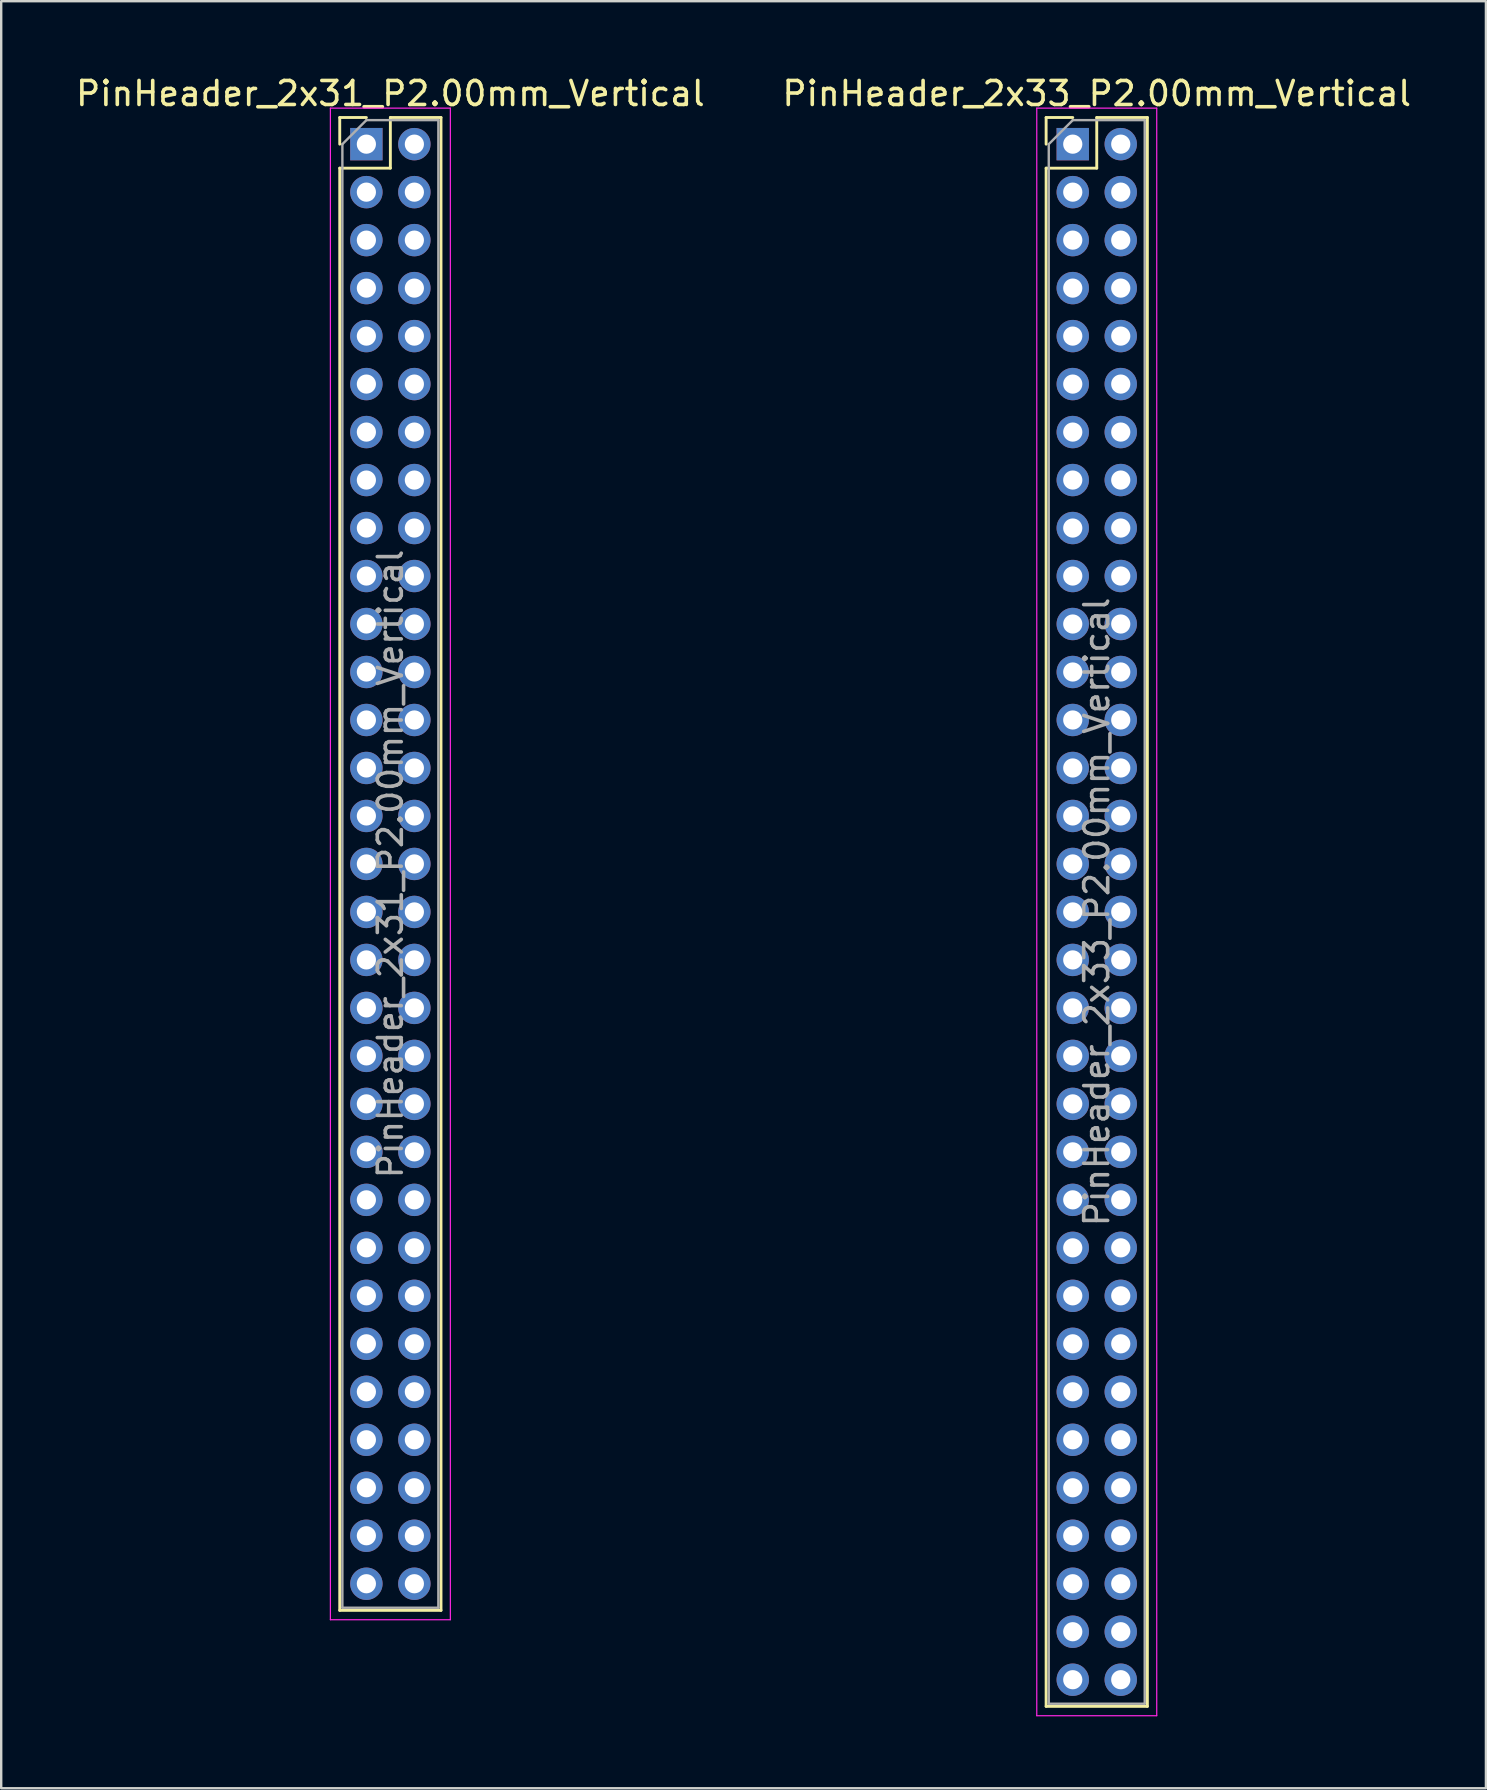
<source format=kicad_pcb>
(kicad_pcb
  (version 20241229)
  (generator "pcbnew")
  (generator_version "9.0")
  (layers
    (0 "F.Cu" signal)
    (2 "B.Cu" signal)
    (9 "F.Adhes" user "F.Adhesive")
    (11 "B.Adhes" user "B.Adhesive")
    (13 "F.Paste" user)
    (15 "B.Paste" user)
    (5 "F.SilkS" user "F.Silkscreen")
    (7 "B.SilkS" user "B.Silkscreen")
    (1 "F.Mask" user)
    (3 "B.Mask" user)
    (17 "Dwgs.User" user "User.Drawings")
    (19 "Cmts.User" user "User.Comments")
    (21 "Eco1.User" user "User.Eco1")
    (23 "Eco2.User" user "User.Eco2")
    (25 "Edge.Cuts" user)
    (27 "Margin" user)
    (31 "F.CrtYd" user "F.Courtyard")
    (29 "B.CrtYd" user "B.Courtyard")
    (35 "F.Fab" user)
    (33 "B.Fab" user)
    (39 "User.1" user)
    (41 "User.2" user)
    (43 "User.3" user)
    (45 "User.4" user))
  (footprint "PinHeader_2x31_P2.00mm_Vertical"
    (layer "F.Cu")
    (at 12.22 2.958)
    (property "Reference" "PinHeader_2x31_P2.00mm_Vertical" (at 1 -2.11 0) (layer "F.SilkS") (effects (font (size 1 1) (thickness 0.15))))
    (attr through_hole)
    (fp_line (start -1.11 -1.11) (end 0 -1.11) (stroke (width 0.12) (type solid)) (layer "F.SilkS"))
    (fp_line (start -1.11 0) (end -1.11 -1.11) (stroke (width 0.12) (type solid)) (layer "F.SilkS"))
    (fp_line (start -1.11 1) (end -1.11 61.11) (stroke (width 0.12) (type solid)) (layer "F.SilkS"))
    (fp_line (start -1.11 1) (end 1 1) (stroke (width 0.12) (type solid)) (layer "F.SilkS"))
    (fp_line (start -1.11 61.11) (end 3.11 61.11) (stroke (width 0.12) (type solid)) (layer "F.SilkS"))
    (fp_line (start 1 -1.11) (end 3.11 -1.11) (stroke (width 0.12) (type solid)) (layer "F.SilkS"))
    (fp_line (start 1 1) (end 1 -1.11) (stroke (width 0.12) (type solid)) (layer "F.SilkS"))
    (fp_line (start 3.11 -1.11) (end 3.11 61.11) (stroke (width 0.12) (type solid)) (layer "F.SilkS"))
    (fp_line (start -1.5 -1.5) (end -1.5 61.5) (stroke (width 0.05) (type solid)) (layer "F.CrtYd"))
    (fp_line (start -1.5 61.5) (end 3.5 61.5) (stroke (width 0.05) (type solid)) (layer "F.CrtYd"))
    (fp_line (start 3.5 -1.5) (end -1.5 -1.5) (stroke (width 0.05) (type solid)) (layer "F.CrtYd"))
    (fp_line (start 3.5 61.5) (end 3.5 -1.5) (stroke (width 0.05) (type solid)) (layer "F.CrtYd"))
    (fp_line (start -1 0) (end 0 -1) (stroke (width 0.1) (type solid)) (layer "F.Fab"))
    (fp_line (start -1 61) (end -1 0) (stroke (width 0.1) (type solid)) (layer "F.Fab"))
    (fp_line (start 0 -1) (end 3 -1) (stroke (width 0.1) (type solid)) (layer "F.Fab"))
    (fp_line (start 3 -1) (end 3 61) (stroke (width 0.1) (type solid)) (layer "F.Fab"))
    (fp_line (start 3 61) (end -1 61) (stroke (width 0.1) (type solid)) (layer "F.Fab"))
    (fp_text user "${REFERENCE}" (at 1 30 90) (layer "F.Fab") (effects (font (size 1 1) (thickness 0.15))))
    (pad "1" thru_hole rect (at 0 0) (size 1.35 1.35) (drill 0.8) (layers "*.Cu" "*.Mask"))
    (pad "2" thru_hole circle (at 2 0) (size 1.35 1.35) (drill 0.8) (layers "*.Cu" "*.Mask"))
    (pad "3" thru_hole circle (at 0 2) (size 1.35 1.35) (drill 0.8) (layers "*.Cu" "*.Mask"))
    (pad "4" thru_hole circle (at 2 2) (size 1.35 1.35) (drill 0.8) (layers "*.Cu" "*.Mask"))
    (pad "5" thru_hole circle (at 0 4) (size 1.35 1.35) (drill 0.8) (layers "*.Cu" "*.Mask"))
    (pad "6" thru_hole circle (at 2 4) (size 1.35 1.35) (drill 0.8) (layers "*.Cu" "*.Mask"))
    (pad "7" thru_hole circle (at 0 6) (size 1.35 1.35) (drill 0.8) (layers "*.Cu" "*.Mask"))
    (pad "8" thru_hole circle (at 2 6) (size 1.35 1.35) (drill 0.8) (layers "*.Cu" "*.Mask"))
    (pad "9" thru_hole circle (at 0 8) (size 1.35 1.35) (drill 0.8) (layers "*.Cu" "*.Mask"))
    (pad "10" thru_hole circle (at 2 8) (size 1.35 1.35) (drill 0.8) (layers "*.Cu" "*.Mask"))
    (pad "11" thru_hole circle (at 0 10) (size 1.35 1.35) (drill 0.8) (layers "*.Cu" "*.Mask"))
    (pad "12" thru_hole circle (at 2 10) (size 1.35 1.35) (drill 0.8) (layers "*.Cu" "*.Mask"))
    (pad "13" thru_hole circle (at 0 12) (size 1.35 1.35) (drill 0.8) (layers "*.Cu" "*.Mask"))
    (pad "14" thru_hole circle (at 2 12) (size 1.35 1.35) (drill 0.8) (layers "*.Cu" "*.Mask"))
    (pad "15" thru_hole circle (at 0 14) (size 1.35 1.35) (drill 0.8) (layers "*.Cu" "*.Mask"))
    (pad "16" thru_hole circle (at 2 14) (size 1.35 1.35) (drill 0.8) (layers "*.Cu" "*.Mask"))
    (pad "17" thru_hole circle (at 0 16) (size 1.35 1.35) (drill 0.8) (layers "*.Cu" "*.Mask"))
    (pad "18" thru_hole circle (at 2 16) (size 1.35 1.35) (drill 0.8) (layers "*.Cu" "*.Mask"))
    (pad "19" thru_hole circle (at 0 18) (size 1.35 1.35) (drill 0.8) (layers "*.Cu" "*.Mask"))
    (pad "20" thru_hole circle (at 2 18) (size 1.35 1.35) (drill 0.8) (layers "*.Cu" "*.Mask"))
    (pad "21" thru_hole circle (at 0 20) (size 1.35 1.35) (drill 0.8) (layers "*.Cu" "*.Mask"))
    (pad "22" thru_hole circle (at 2 20) (size 1.35 1.35) (drill 0.8) (layers "*.Cu" "*.Mask"))
    (pad "23" thru_hole circle (at 0 22) (size 1.35 1.35) (drill 0.8) (layers "*.Cu" "*.Mask"))
    (pad "24" thru_hole circle (at 2 22) (size 1.35 1.35) (drill 0.8) (layers "*.Cu" "*.Mask"))
    (pad "25" thru_hole circle (at 0 24) (size 1.35 1.35) (drill 0.8) (layers "*.Cu" "*.Mask"))
    (pad "26" thru_hole circle (at 2 24) (size 1.35 1.35) (drill 0.8) (layers "*.Cu" "*.Mask"))
    (pad "27" thru_hole circle (at 0 26) (size 1.35 1.35) (drill 0.8) (layers "*.Cu" "*.Mask"))
    (pad "28" thru_hole circle (at 2 26) (size 1.35 1.35) (drill 0.8) (layers "*.Cu" "*.Mask"))
    (pad "29" thru_hole circle (at 0 28) (size 1.35 1.35) (drill 0.8) (layers "*.Cu" "*.Mask"))
    (pad "30" thru_hole circle (at 2 28) (size 1.35 1.35) (drill 0.8) (layers "*.Cu" "*.Mask"))
    (pad "31" thru_hole circle (at 0 30) (size 1.35 1.35) (drill 0.8) (layers "*.Cu" "*.Mask"))
    (pad "32" thru_hole circle (at 2 30) (size 1.35 1.35) (drill 0.8) (layers "*.Cu" "*.Mask"))
    (pad "33" thru_hole circle (at 0 32) (size 1.35 1.35) (drill 0.8) (layers "*.Cu" "*.Mask"))
    (pad "34" thru_hole circle (at 2 32) (size 1.35 1.35) (drill 0.8) (layers "*.Cu" "*.Mask"))
    (pad "35" thru_hole circle (at 0 34) (size 1.35 1.35) (drill 0.8) (layers "*.Cu" "*.Mask"))
    (pad "36" thru_hole circle (at 2 34) (size 1.35 1.35) (drill 0.8) (layers "*.Cu" "*.Mask"))
    (pad "37" thru_hole circle (at 0 36) (size 1.35 1.35) (drill 0.8) (layers "*.Cu" "*.Mask"))
    (pad "38" thru_hole circle (at 2 36) (size 1.35 1.35) (drill 0.8) (layers "*.Cu" "*.Mask"))
    (pad "39" thru_hole circle (at 0 38) (size 1.35 1.35) (drill 0.8) (layers "*.Cu" "*.Mask"))
    (pad "40" thru_hole circle (at 2 38) (size 1.35 1.35) (drill 0.8) (layers "*.Cu" "*.Mask"))
    (pad "41" thru_hole circle (at 0 40) (size 1.35 1.35) (drill 0.8) (layers "*.Cu" "*.Mask"))
    (pad "42" thru_hole circle (at 2 40) (size 1.35 1.35) (drill 0.8) (layers "*.Cu" "*.Mask"))
    (pad "43" thru_hole circle (at 0 42) (size 1.35 1.35) (drill 0.8) (layers "*.Cu" "*.Mask"))
    (pad "44" thru_hole circle (at 2 42) (size 1.35 1.35) (drill 0.8) (layers "*.Cu" "*.Mask"))
    (pad "45" thru_hole circle (at 0 44) (size 1.35 1.35) (drill 0.8) (layers "*.Cu" "*.Mask"))
    (pad "46" thru_hole circle (at 2 44) (size 1.35 1.35) (drill 0.8) (layers "*.Cu" "*.Mask"))
    (pad "47" thru_hole circle (at 0 46) (size 1.35 1.35) (drill 0.8) (layers "*.Cu" "*.Mask"))
    (pad "48" thru_hole circle (at 2 46) (size 1.35 1.35) (drill 0.8) (layers "*.Cu" "*.Mask"))
    (pad "49" thru_hole circle (at 0 48) (size 1.35 1.35) (drill 0.8) (layers "*.Cu" "*.Mask"))
    (pad "50" thru_hole circle (at 2 48) (size 1.35 1.35) (drill 0.8) (layers "*.Cu" "*.Mask"))
    (pad "51" thru_hole circle (at 0 50) (size 1.35 1.35) (drill 0.8) (layers "*.Cu" "*.Mask"))
    (pad "52" thru_hole circle (at 2 50) (size 1.35 1.35) (drill 0.8) (layers "*.Cu" "*.Mask"))
    (pad "53" thru_hole circle (at 0 52) (size 1.35 1.35) (drill 0.8) (layers "*.Cu" "*.Mask"))
    (pad "54" thru_hole circle (at 2 52) (size 1.35 1.35) (drill 0.8) (layers "*.Cu" "*.Mask"))
    (pad "55" thru_hole circle (at 0 54) (size 1.35 1.35) (drill 0.8) (layers "*.Cu" "*.Mask"))
    (pad "56" thru_hole circle (at 2 54) (size 1.35 1.35) (drill 0.8) (layers "*.Cu" "*.Mask"))
    (pad "57" thru_hole circle (at 0 56) (size 1.35 1.35) (drill 0.8) (layers "*.Cu" "*.Mask"))
    (pad "58" thru_hole circle (at 2 56) (size 1.35 1.35) (drill 0.8) (layers "*.Cu" "*.Mask"))
    (pad "59" thru_hole circle (at 0 58) (size 1.35 1.35) (drill 0.8) (layers "*.Cu" "*.Mask"))
    (pad "60" thru_hole circle (at 2 58) (size 1.35 1.35) (drill 0.8) (layers "*.Cu" "*.Mask"))
    (pad "61" thru_hole circle (at 0 60) (size 1.35 1.35) (drill 0.8) (layers "*.Cu" "*.Mask"))
    (pad "62" thru_hole circle (at 2 60) (size 1.35 1.35) (drill 0.8) (layers "*.Cu" "*.Mask")))
  (footprint "PinHeader_2x33_P2.00mm_Vertical"
    (layer "F.Cu")
    (at 41.661 2.958)
    (property "Reference" "PinHeader_2x33_P2.00mm_Vertical" (at 1 -2.11 0) (layer "F.SilkS") (effects (font (size 1 1) (thickness 0.15))))
    (attr through_hole)
    (fp_line (start -1.11 -1.11) (end 0 -1.11) (stroke (width 0.12) (type solid)) (layer "F.SilkS"))
    (fp_line (start -1.11 0) (end -1.11 -1.11) (stroke (width 0.12) (type solid)) (layer "F.SilkS"))
    (fp_line (start -1.11 1) (end -1.11 65.11) (stroke (width 0.12) (type solid)) (layer "F.SilkS"))
    (fp_line (start -1.11 1) (end 1 1) (stroke (width 0.12) (type solid)) (layer "F.SilkS"))
    (fp_line (start -1.11 65.11) (end 3.11 65.11) (stroke (width 0.12) (type solid)) (layer "F.SilkS"))
    (fp_line (start 1 -1.11) (end 3.11 -1.11) (stroke (width 0.12) (type solid)) (layer "F.SilkS"))
    (fp_line (start 1 1) (end 1 -1.11) (stroke (width 0.12) (type solid)) (layer "F.SilkS"))
    (fp_line (start 3.11 -1.11) (end 3.11 65.11) (stroke (width 0.12) (type solid)) (layer "F.SilkS"))
    (fp_line (start -1.5 -1.5) (end -1.5 65.5) (stroke (width 0.05) (type solid)) (layer "F.CrtYd"))
    (fp_line (start -1.5 65.5) (end 3.5 65.5) (stroke (width 0.05) (type solid)) (layer "F.CrtYd"))
    (fp_line (start 3.5 -1.5) (end -1.5 -1.5) (stroke (width 0.05) (type solid)) (layer "F.CrtYd"))
    (fp_line (start 3.5 65.5) (end 3.5 -1.5) (stroke (width 0.05) (type solid)) (layer "F.CrtYd"))
    (fp_line (start -1 0) (end 0 -1) (stroke (width 0.1) (type solid)) (layer "F.Fab"))
    (fp_line (start -1 65) (end -1 0) (stroke (width 0.1) (type solid)) (layer "F.Fab"))
    (fp_line (start 0 -1) (end 3 -1) (stroke (width 0.1) (type solid)) (layer "F.Fab"))
    (fp_line (start 3 -1) (end 3 65) (stroke (width 0.1) (type solid)) (layer "F.Fab"))
    (fp_line (start 3 65) (end -1 65) (stroke (width 0.1) (type solid)) (layer "F.Fab"))
    (fp_text user "${REFERENCE}" (at 1 32 90) (layer "F.Fab") (effects (font (size 1 1) (thickness 0.15))))
    (pad "1" thru_hole rect (at 0 0) (size 1.35 1.35) (drill 0.8) (layers "*.Cu" "*.Mask"))
    (pad "2" thru_hole circle (at 2 0) (size 1.35 1.35) (drill 0.8) (layers "*.Cu" "*.Mask"))
    (pad "3" thru_hole circle (at 0 2) (size 1.35 1.35) (drill 0.8) (layers "*.Cu" "*.Mask"))
    (pad "4" thru_hole circle (at 2 2) (size 1.35 1.35) (drill 0.8) (layers "*.Cu" "*.Mask"))
    (pad "5" thru_hole circle (at 0 4) (size 1.35 1.35) (drill 0.8) (layers "*.Cu" "*.Mask"))
    (pad "6" thru_hole circle (at 2 4) (size 1.35 1.35) (drill 0.8) (layers "*.Cu" "*.Mask"))
    (pad "7" thru_hole circle (at 0 6) (size 1.35 1.35) (drill 0.8) (layers "*.Cu" "*.Mask"))
    (pad "8" thru_hole circle (at 2 6) (size 1.35 1.35) (drill 0.8) (layers "*.Cu" "*.Mask"))
    (pad "9" thru_hole circle (at 0 8) (size 1.35 1.35) (drill 0.8) (layers "*.Cu" "*.Mask"))
    (pad "10" thru_hole circle (at 2 8) (size 1.35 1.35) (drill 0.8) (layers "*.Cu" "*.Mask"))
    (pad "11" thru_hole circle (at 0 10) (size 1.35 1.35) (drill 0.8) (layers "*.Cu" "*.Mask"))
    (pad "12" thru_hole circle (at 2 10) (size 1.35 1.35) (drill 0.8) (layers "*.Cu" "*.Mask"))
    (pad "13" thru_hole circle (at 0 12) (size 1.35 1.35) (drill 0.8) (layers "*.Cu" "*.Mask"))
    (pad "14" thru_hole circle (at 2 12) (size 1.35 1.35) (drill 0.8) (layers "*.Cu" "*.Mask"))
    (pad "15" thru_hole circle (at 0 14) (size 1.35 1.35) (drill 0.8) (layers "*.Cu" "*.Mask"))
    (pad "16" thru_hole circle (at 2 14) (size 1.35 1.35) (drill 0.8) (layers "*.Cu" "*.Mask"))
    (pad "17" thru_hole circle (at 0 16) (size 1.35 1.35) (drill 0.8) (layers "*.Cu" "*.Mask"))
    (pad "18" thru_hole circle (at 2 16) (size 1.35 1.35) (drill 0.8) (layers "*.Cu" "*.Mask"))
    (pad "19" thru_hole circle (at 0 18) (size 1.35 1.35) (drill 0.8) (layers "*.Cu" "*.Mask"))
    (pad "20" thru_hole circle (at 2 18) (size 1.35 1.35) (drill 0.8) (layers "*.Cu" "*.Mask"))
    (pad "21" thru_hole circle (at 0 20) (size 1.35 1.35) (drill 0.8) (layers "*.Cu" "*.Mask"))
    (pad "22" thru_hole circle (at 2 20) (size 1.35 1.35) (drill 0.8) (layers "*.Cu" "*.Mask"))
    (pad "23" thru_hole circle (at 0 22) (size 1.35 1.35) (drill 0.8) (layers "*.Cu" "*.Mask"))
    (pad "24" thru_hole circle (at 2 22) (size 1.35 1.35) (drill 0.8) (layers "*.Cu" "*.Mask"))
    (pad "25" thru_hole circle (at 0 24) (size 1.35 1.35) (drill 0.8) (layers "*.Cu" "*.Mask"))
    (pad "26" thru_hole circle (at 2 24) (size 1.35 1.35) (drill 0.8) (layers "*.Cu" "*.Mask"))
    (pad "27" thru_hole circle (at 0 26) (size 1.35 1.35) (drill 0.8) (layers "*.Cu" "*.Mask"))
    (pad "28" thru_hole circle (at 2 26) (size 1.35 1.35) (drill 0.8) (layers "*.Cu" "*.Mask"))
    (pad "29" thru_hole circle (at 0 28) (size 1.35 1.35) (drill 0.8) (layers "*.Cu" "*.Mask"))
    (pad "30" thru_hole circle (at 2 28) (size 1.35 1.35) (drill 0.8) (layers "*.Cu" "*.Mask"))
    (pad "31" thru_hole circle (at 0 30) (size 1.35 1.35) (drill 0.8) (layers "*.Cu" "*.Mask"))
    (pad "32" thru_hole circle (at 2 30) (size 1.35 1.35) (drill 0.8) (layers "*.Cu" "*.Mask"))
    (pad "33" thru_hole circle (at 0 32) (size 1.35 1.35) (drill 0.8) (layers "*.Cu" "*.Mask"))
    (pad "34" thru_hole circle (at 2 32) (size 1.35 1.35) (drill 0.8) (layers "*.Cu" "*.Mask"))
    (pad "35" thru_hole circle (at 0 34) (size 1.35 1.35) (drill 0.8) (layers "*.Cu" "*.Mask"))
    (pad "36" thru_hole circle (at 2 34) (size 1.35 1.35) (drill 0.8) (layers "*.Cu" "*.Mask"))
    (pad "37" thru_hole circle (at 0 36) (size 1.35 1.35) (drill 0.8) (layers "*.Cu" "*.Mask"))
    (pad "38" thru_hole circle (at 2 36) (size 1.35 1.35) (drill 0.8) (layers "*.Cu" "*.Mask"))
    (pad "39" thru_hole circle (at 0 38) (size 1.35 1.35) (drill 0.8) (layers "*.Cu" "*.Mask"))
    (pad "40" thru_hole circle (at 2 38) (size 1.35 1.35) (drill 0.8) (layers "*.Cu" "*.Mask"))
    (pad "41" thru_hole circle (at 0 40) (size 1.35 1.35) (drill 0.8) (layers "*.Cu" "*.Mask"))
    (pad "42" thru_hole circle (at 2 40) (size 1.35 1.35) (drill 0.8) (layers "*.Cu" "*.Mask"))
    (pad "43" thru_hole circle (at 0 42) (size 1.35 1.35) (drill 0.8) (layers "*.Cu" "*.Mask"))
    (pad "44" thru_hole circle (at 2 42) (size 1.35 1.35) (drill 0.8) (layers "*.Cu" "*.Mask"))
    (pad "45" thru_hole circle (at 0 44) (size 1.35 1.35) (drill 0.8) (layers "*.Cu" "*.Mask"))
    (pad "46" thru_hole circle (at 2 44) (size 1.35 1.35) (drill 0.8) (layers "*.Cu" "*.Mask"))
    (pad "47" thru_hole circle (at 0 46) (size 1.35 1.35) (drill 0.8) (layers "*.Cu" "*.Mask"))
    (pad "48" thru_hole circle (at 2 46) (size 1.35 1.35) (drill 0.8) (layers "*.Cu" "*.Mask"))
    (pad "49" thru_hole circle (at 0 48) (size 1.35 1.35) (drill 0.8) (layers "*.Cu" "*.Mask"))
    (pad "50" thru_hole circle (at 2 48) (size 1.35 1.35) (drill 0.8) (layers "*.Cu" "*.Mask"))
    (pad "51" thru_hole circle (at 0 50) (size 1.35 1.35) (drill 0.8) (layers "*.Cu" "*.Mask"))
    (pad "52" thru_hole circle (at 2 50) (size 1.35 1.35) (drill 0.8) (layers "*.Cu" "*.Mask"))
    (pad "53" thru_hole circle (at 0 52) (size 1.35 1.35) (drill 0.8) (layers "*.Cu" "*.Mask"))
    (pad "54" thru_hole circle (at 2 52) (size 1.35 1.35) (drill 0.8) (layers "*.Cu" "*.Mask"))
    (pad "55" thru_hole circle (at 0 54) (size 1.35 1.35) (drill 0.8) (layers "*.Cu" "*.Mask"))
    (pad "56" thru_hole circle (at 2 54) (size 1.35 1.35) (drill 0.8) (layers "*.Cu" "*.Mask"))
    (pad "57" thru_hole circle (at 0 56) (size 1.35 1.35) (drill 0.8) (layers "*.Cu" "*.Mask"))
    (pad "58" thru_hole circle (at 2 56) (size 1.35 1.35) (drill 0.8) (layers "*.Cu" "*.Mask"))
    (pad "59" thru_hole circle (at 0 58) (size 1.35 1.35) (drill 0.8) (layers "*.Cu" "*.Mask"))
    (pad "60" thru_hole circle (at 2 58) (size 1.35 1.35) (drill 0.8) (layers "*.Cu" "*.Mask"))
    (pad "61" thru_hole circle (at 0 60) (size 1.35 1.35) (drill 0.8) (layers "*.Cu" "*.Mask"))
    (pad "62" thru_hole circle (at 2 60) (size 1.35 1.35) (drill 0.8) (layers "*.Cu" "*.Mask"))
    (pad "63" thru_hole circle (at 0 62) (size 1.35 1.35) (drill 0.8) (layers "*.Cu" "*.Mask"))
    (pad "64" thru_hole circle (at 2 62) (size 1.35 1.35) (drill 0.8) (layers "*.Cu" "*.Mask"))
    (pad "65" thru_hole circle (at 0 64) (size 1.35 1.35) (drill 0.8) (layers "*.Cu" "*.Mask"))
    (pad "66" thru_hole circle (at 2 64) (size 1.35 1.35) (drill 0.8) (layers "*.Cu" "*.Mask")))
  (gr_rect
    (start -3 -3)
    (end 58.881 71.483)
    (stroke (width 0.1) (type default))
    (fill no)
    (layer "Edge.Cuts")))
</source>
